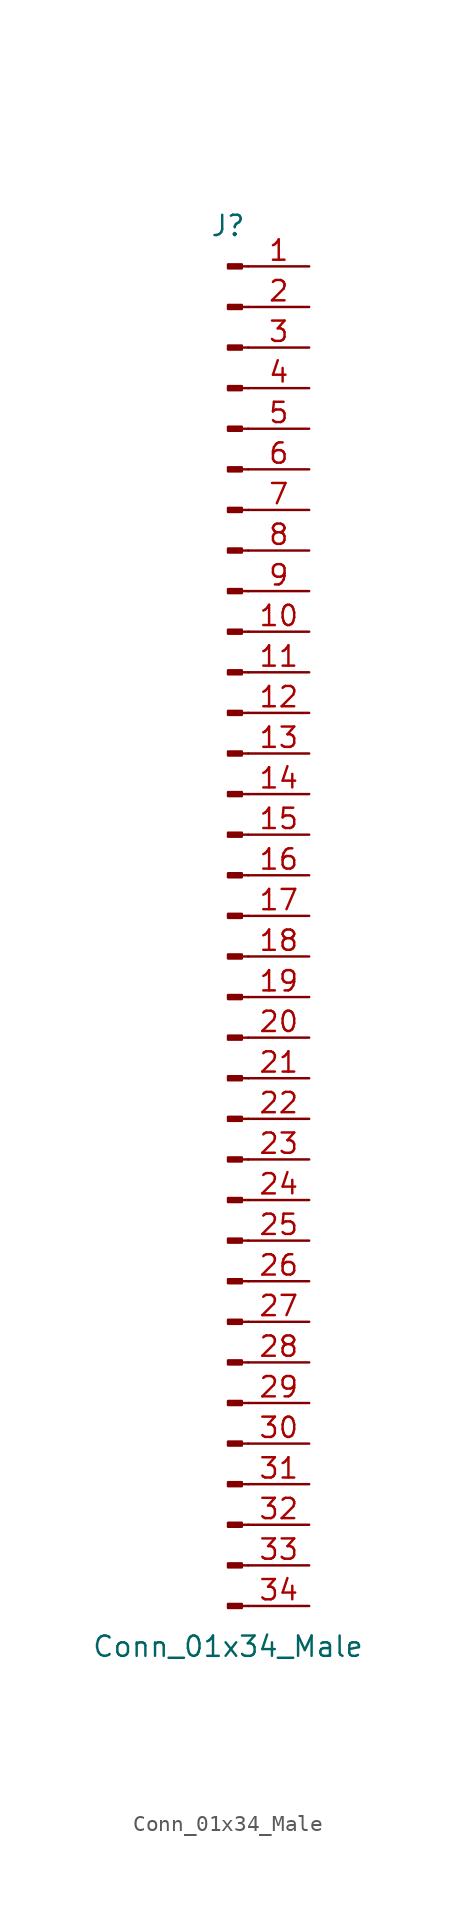
<source format=kicad_sym>
(kicad_symbol_lib
  (version 20201005)
  (generator kicad_symbol_editor)
  (symbol "Conn_01x34_Male"
    (pin_names
      (offset 1.016) hide)
    (property "Reference" "J"
      (at 0 43.18 0)
      (effects (font (size 1.27 1.27))))
    (property "Value" "Conn_01x34_Male"
      (at 0 -45.72 0)
      (effects (font (size 1.27 1.27))))
    (symbol "Conn_01x34_Male_1_1"
      (rectangle (start 0.864 -43.053) (end 0 -43.307) (stroke (width 0.152)) (fill (type outline)))
      (rectangle (start 0.864 -40.513) (end 0 -40.767) (stroke (width 0.152)) (fill (type outline)))
      (rectangle (start 0.864 -37.973) (end 0 -38.227) (stroke (width 0.152)) (fill (type outline)))
      (rectangle (start 0.864 -35.433) (end 0 -35.687) (stroke (width 0.152)) (fill (type outline)))
      (rectangle (start 0.864 -32.893) (end 0 -33.147) (stroke (width 0.152)) (fill (type outline)))
      (rectangle (start 0.864 -30.353) (end 0 -30.607) (stroke (width 0.152)) (fill (type outline)))
      (rectangle (start 0.864 -27.813) (end 0 -28.067) (stroke (width 0.152)) (fill (type outline)))
      (rectangle (start 0.864 -25.273) (end 0 -25.527) (stroke (width 0.152)) (fill (type outline)))
      (rectangle (start 0.864 -22.733) (end 0 -22.987) (stroke (width 0.152)) (fill (type outline)))
      (rectangle (start 0.864 -20.193) (end 0 -20.447) (stroke (width 0.152)) (fill (type outline)))
      (rectangle (start 0.864 -17.653) (end 0 -17.907) (stroke (width 0.152)) (fill (type outline)))
      (rectangle (start 0.864 -15.113) (end 0 -15.367) (stroke (width 0.152)) (fill (type outline)))
      (rectangle (start 0.864 -12.573) (end 0 -12.827) (stroke (width 0.152)) (fill (type outline)))
      (rectangle (start 0.864 -10.033) (end 0 -10.287) (stroke (width 0.152)) (fill (type outline)))
      (rectangle (start 0.864 -7.493) (end 0 -7.747) (stroke (width 0.152)) (fill (type outline)))
      (rectangle (start 0.864 -4.953) (end 0 -5.207) (stroke (width 0.152)) (fill (type outline)))
      (rectangle (start 0.864 -2.413) (end 0 -2.667) (stroke (width 0.152)) (fill (type outline)))
      (rectangle (start 0.864 0.127) (end 0 -0.127) (stroke (width 0.152)) (fill (type outline)))
      (rectangle (start 0.864 2.667) (end 0 2.413) (stroke (width 0.152)) (fill (type outline)))
      (rectangle (start 0.864 5.207) (end 0 4.953) (stroke (width 0.152)) (fill (type outline)))
      (rectangle (start 0.864 7.747) (end 0 7.493) (stroke (width 0.152)) (fill (type outline)))
      (rectangle (start 0.864 10.287) (end 0 10.033) (stroke (width 0.152)) (fill (type outline)))
      (rectangle (start 0.864 12.827) (end 0 12.573) (stroke (width 0.152)) (fill (type outline)))
      (rectangle (start 0.864 15.367) (end 0 15.113) (stroke (width 0.152)) (fill (type outline)))
      (rectangle (start 0.864 17.907) (end 0 17.653) (stroke (width 0.152)) (fill (type outline)))
      (rectangle (start 0.864 20.447) (end 0 20.193) (stroke (width 0.152)) (fill (type outline)))
      (rectangle (start 0.864 22.987) (end 0 22.733) (stroke (width 0.152)) (fill (type outline)))
      (rectangle (start 0.864 25.527) (end 0 25.273) (stroke (width 0.152)) (fill (type outline)))
      (rectangle (start 0.864 28.067) (end 0 27.813) (stroke (width 0.152)) (fill (type outline)))
      (rectangle (start 0.864 30.607) (end 0 30.353) (stroke (width 0.152)) (fill (type outline)))
      (rectangle (start 0.864 33.147) (end 0 32.893) (stroke (width 0.152)) (fill (type outline)))
      (rectangle (start 0.864 35.687) (end 0 35.433) (stroke (width 0.152)) (fill (type outline)))
      (rectangle (start 0.864 38.227) (end 0 37.973) (stroke (width 0.152)) (fill (type outline)))
      (rectangle (start 0.864 40.767) (end 0 40.513) (stroke (width 0.152)) (fill (type outline)))
      (polyline (pts (xy 1.27 -43.18) (xy 0.864 -43.18)) (stroke (width 0.152)) (fill (type none)))
      (polyline (pts (xy 1.27 -40.64) (xy 0.864 -40.64)) (stroke (width 0.152)) (fill (type none)))
      (polyline (pts (xy 1.27 -38.1) (xy 0.864 -38.1)) (stroke (width 0.152)) (fill (type none)))
      (polyline (pts (xy 1.27 -35.56) (xy 0.864 -35.56)) (stroke (width 0.152)) (fill (type none)))
      (polyline (pts (xy 1.27 -33.02) (xy 0.864 -33.02)) (stroke (width 0.152)) (fill (type none)))
      (polyline (pts (xy 1.27 -30.48) (xy 0.864 -30.48)) (stroke (width 0.152)) (fill (type none)))
      (polyline (pts (xy 1.27 -27.94) (xy 0.864 -27.94)) (stroke (width 0.152)) (fill (type none)))
      (polyline (pts (xy 1.27 -25.4) (xy 0.864 -25.4)) (stroke (width 0.152)) (fill (type none)))
      (polyline (pts (xy 1.27 -22.86) (xy 0.864 -22.86)) (stroke (width 0.152)) (fill (type none)))
      (polyline (pts (xy 1.27 -20.32) (xy 0.864 -20.32)) (stroke (width 0.152)) (fill (type none)))
      (polyline (pts (xy 1.27 -17.78) (xy 0.864 -17.78)) (stroke (width 0.152)) (fill (type none)))
      (polyline (pts (xy 1.27 -15.24) (xy 0.864 -15.24)) (stroke (width 0.152)) (fill (type none)))
      (polyline (pts (xy 1.27 -12.7) (xy 0.864 -12.7)) (stroke (width 0.152)) (fill (type none)))
      (polyline (pts (xy 1.27 -10.16) (xy 0.864 -10.16)) (stroke (width 0.152)) (fill (type none)))
      (polyline (pts (xy 1.27 -7.62) (xy 0.864 -7.62)) (stroke (width 0.152)) (fill (type none)))
      (polyline (pts (xy 1.27 -5.08) (xy 0.864 -5.08)) (stroke (width 0.152)) (fill (type none)))
      (polyline (pts (xy 1.27 -2.54) (xy 0.864 -2.54)) (stroke (width 0.152)) (fill (type none)))
      (polyline (pts (xy 1.27 0) (xy 0.864 0)) (stroke (width 0.152)) (fill (type none)))
      (polyline (pts (xy 1.27 2.54) (xy 0.864 2.54)) (stroke (width 0.152)) (fill (type none)))
      (polyline (pts (xy 1.27 5.08) (xy 0.864 5.08)) (stroke (width 0.152)) (fill (type none)))
      (polyline (pts (xy 1.27 7.62) (xy 0.864 7.62)) (stroke (width 0.152)) (fill (type none)))
      (polyline (pts (xy 1.27 10.16) (xy 0.864 10.16)) (stroke (width 0.152)) (fill (type none)))
      (polyline (pts (xy 1.27 12.7) (xy 0.864 12.7)) (stroke (width 0.152)) (fill (type none)))
      (polyline (pts (xy 1.27 15.24) (xy 0.864 15.24)) (stroke (width 0.152)) (fill (type none)))
      (polyline (pts (xy 1.27 17.78) (xy 0.864 17.78)) (stroke (width 0.152)) (fill (type none)))
      (polyline (pts (xy 1.27 20.32) (xy 0.864 20.32)) (stroke (width 0.152)) (fill (type none)))
      (polyline (pts (xy 1.27 22.86) (xy 0.864 22.86)) (stroke (width 0.152)) (fill (type none)))
      (polyline (pts (xy 1.27 25.4) (xy 0.864 25.4)) (stroke (width 0.152)) (fill (type none)))
      (polyline (pts (xy 1.27 27.94) (xy 0.864 27.94)) (stroke (width 0.152)) (fill (type none)))
      (polyline (pts (xy 1.27 30.48) (xy 0.864 30.48)) (stroke (width 0.152)) (fill (type none)))
      (polyline (pts (xy 1.27 33.02) (xy 0.864 33.02)) (stroke (width 0.152)) (fill (type none)))
      (polyline (pts (xy 1.27 35.56) (xy 0.864 35.56)) (stroke (width 0.152)) (fill (type none)))
      (polyline (pts (xy 1.27 38.1) (xy 0.864 38.1)) (stroke (width 0.152)) (fill (type none)))
      (polyline (pts (xy 1.27 40.64) (xy 0.864 40.64)) (stroke (width 0.152)) (fill (type none)))
      (pin passive line (at 5.08 40.64 180) (length 3.81) (name "Pin_1" (effects (font (size 1.27 1.27)))) (number "1" (effects (font (size 1.27 1.27)))))
      (pin passive line (at 5.08 17.78 180) (length 3.81) (name "Pin_10" (effects (font (size 1.27 1.27)))) (number "10" (effects (font (size 1.27 1.27)))))
      (pin passive line (at 5.08 15.24 180) (length 3.81) (name "Pin_11" (effects (font (size 1.27 1.27)))) (number "11" (effects (font (size 1.27 1.27)))))
      (pin passive line (at 5.08 12.7 180) (length 3.81) (name "Pin_12" (effects (font (size 1.27 1.27)))) (number "12" (effects (font (size 1.27 1.27)))))
      (pin passive line (at 5.08 10.16 180) (length 3.81) (name "Pin_13" (effects (font (size 1.27 1.27)))) (number "13" (effects (font (size 1.27 1.27)))))
      (pin passive line (at 5.08 7.62 180) (length 3.81) (name "Pin_14" (effects (font (size 1.27 1.27)))) (number "14" (effects (font (size 1.27 1.27)))))
      (pin passive line (at 5.08 5.08 180) (length 3.81) (name "Pin_15" (effects (font (size 1.27 1.27)))) (number "15" (effects (font (size 1.27 1.27)))))
      (pin passive line (at 5.08 2.54 180) (length 3.81) (name "Pin_16" (effects (font (size 1.27 1.27)))) (number "16" (effects (font (size 1.27 1.27)))))
      (pin passive line (at 5.08 0 180) (length 3.81) (name "Pin_17" (effects (font (size 1.27 1.27)))) (number "17" (effects (font (size 1.27 1.27)))))
      (pin passive line (at 5.08 -2.54 180) (length 3.81) (name "Pin_18" (effects (font (size 1.27 1.27)))) (number "18" (effects (font (size 1.27 1.27)))))
      (pin passive line (at 5.08 -5.08 180) (length 3.81) (name "Pin_19" (effects (font (size 1.27 1.27)))) (number "19" (effects (font (size 1.27 1.27)))))
      (pin passive line (at 5.08 38.1 180) (length 3.81) (name "Pin_2" (effects (font (size 1.27 1.27)))) (number "2" (effects (font (size 1.27 1.27)))))
      (pin passive line (at 5.08 -7.62 180) (length 3.81) (name "Pin_20" (effects (font (size 1.27 1.27)))) (number "20" (effects (font (size 1.27 1.27)))))
      (pin passive line (at 5.08 -10.16 180) (length 3.81) (name "Pin_21" (effects (font (size 1.27 1.27)))) (number "21" (effects (font (size 1.27 1.27)))))
      (pin passive line (at 5.08 -12.7 180) (length 3.81) (name "Pin_22" (effects (font (size 1.27 1.27)))) (number "22" (effects (font (size 1.27 1.27)))))
      (pin passive line (at 5.08 -15.24 180) (length 3.81) (name "Pin_23" (effects (font (size 1.27 1.27)))) (number "23" (effects (font (size 1.27 1.27)))))
      (pin passive line (at 5.08 -17.78 180) (length 3.81) (name "Pin_24" (effects (font (size 1.27 1.27)))) (number "24" (effects (font (size 1.27 1.27)))))
      (pin passive line (at 5.08 -20.32 180) (length 3.81) (name "Pin_25" (effects (font (size 1.27 1.27)))) (number "25" (effects (font (size 1.27 1.27)))))
      (pin passive line (at 5.08 -22.86 180) (length 3.81) (name "Pin_26" (effects (font (size 1.27 1.27)))) (number "26" (effects (font (size 1.27 1.27)))))
      (pin passive line (at 5.08 -25.4 180) (length 3.81) (name "Pin_27" (effects (font (size 1.27 1.27)))) (number "27" (effects (font (size 1.27 1.27)))))
      (pin passive line (at 5.08 -27.94 180) (length 3.81) (name "Pin_28" (effects (font (size 1.27 1.27)))) (number "28" (effects (font (size 1.27 1.27)))))
      (pin passive line (at 5.08 -30.48 180) (length 3.81) (name "Pin_29" (effects (font (size 1.27 1.27)))) (number "29" (effects (font (size 1.27 1.27)))))
      (pin passive line (at 5.08 35.56 180) (length 3.81) (name "Pin_3" (effects (font (size 1.27 1.27)))) (number "3" (effects (font (size 1.27 1.27)))))
      (pin passive line (at 5.08 -33.02 180) (length 3.81) (name "Pin_30" (effects (font (size 1.27 1.27)))) (number "30" (effects (font (size 1.27 1.27)))))
      (pin passive line (at 5.08 -35.56 180) (length 3.81) (name "Pin_31" (effects (font (size 1.27 1.27)))) (number "31" (effects (font (size 1.27 1.27)))))
      (pin passive line (at 5.08 -38.1 180) (length 3.81) (name "Pin_32" (effects (font (size 1.27 1.27)))) (number "32" (effects (font (size 1.27 1.27)))))
      (pin passive line (at 5.08 -40.64 180) (length 3.81) (name "Pin_33" (effects (font (size 1.27 1.27)))) (number "33" (effects (font (size 1.27 1.27)))))
      (pin passive line (at 5.08 -43.18 180) (length 3.81) (name "Pin_34" (effects (font (size 1.27 1.27)))) (number "34" (effects (font (size 1.27 1.27)))))
      (pin passive line (at 5.08 33.02 180) (length 3.81) (name "Pin_4" (effects (font (size 1.27 1.27)))) (number "4" (effects (font (size 1.27 1.27)))))
      (pin passive line (at 5.08 30.48 180) (length 3.81) (name "Pin_5" (effects (font (size 1.27 1.27)))) (number "5" (effects (font (size 1.27 1.27)))))
      (pin passive line (at 5.08 27.94 180) (length 3.81) (name "Pin_6" (effects (font (size 1.27 1.27)))) (number "6" (effects (font (size 1.27 1.27)))))
      (pin passive line (at 5.08 25.4 180) (length 3.81) (name "Pin_7" (effects (font (size 1.27 1.27)))) (number "7" (effects (font (size 1.27 1.27)))))
      (pin passive line (at 5.08 22.86 180) (length 3.81) (name "Pin_8" (effects (font (size 1.27 1.27)))) (number "8" (effects (font (size 1.27 1.27)))))
      (pin passive line (at 5.08 20.32 180) (length 3.81) (name "Pin_9" (effects (font (size 1.27 1.27)))) (number "9" (effects (font (size 1.27 1.27))))))))
</source>
